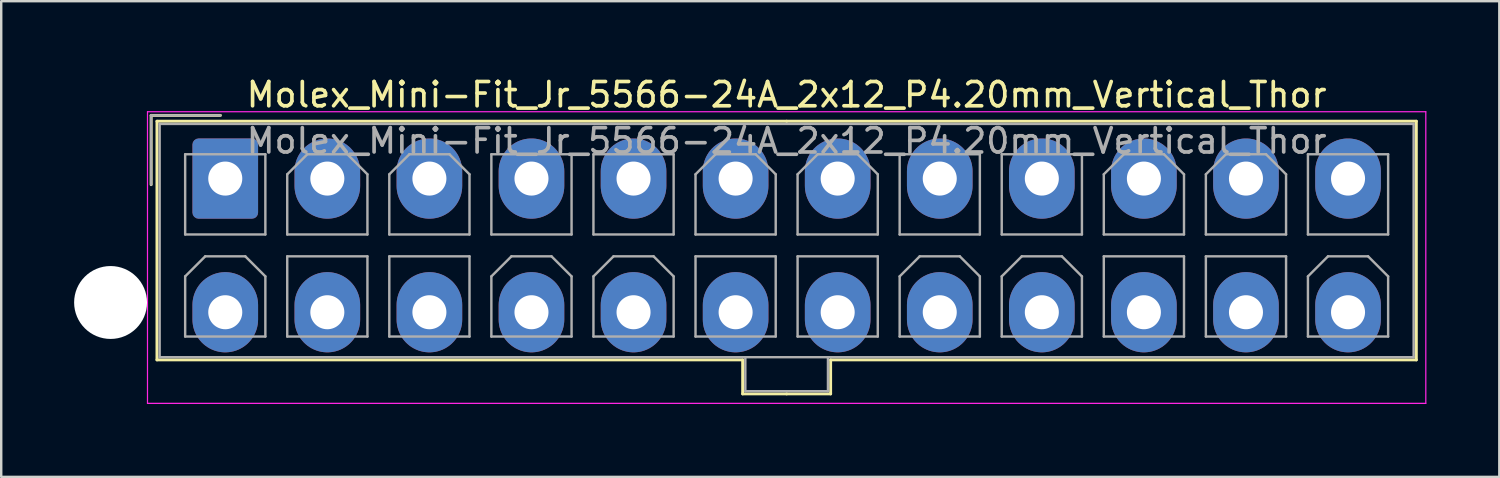
<source format=kicad_pcb>
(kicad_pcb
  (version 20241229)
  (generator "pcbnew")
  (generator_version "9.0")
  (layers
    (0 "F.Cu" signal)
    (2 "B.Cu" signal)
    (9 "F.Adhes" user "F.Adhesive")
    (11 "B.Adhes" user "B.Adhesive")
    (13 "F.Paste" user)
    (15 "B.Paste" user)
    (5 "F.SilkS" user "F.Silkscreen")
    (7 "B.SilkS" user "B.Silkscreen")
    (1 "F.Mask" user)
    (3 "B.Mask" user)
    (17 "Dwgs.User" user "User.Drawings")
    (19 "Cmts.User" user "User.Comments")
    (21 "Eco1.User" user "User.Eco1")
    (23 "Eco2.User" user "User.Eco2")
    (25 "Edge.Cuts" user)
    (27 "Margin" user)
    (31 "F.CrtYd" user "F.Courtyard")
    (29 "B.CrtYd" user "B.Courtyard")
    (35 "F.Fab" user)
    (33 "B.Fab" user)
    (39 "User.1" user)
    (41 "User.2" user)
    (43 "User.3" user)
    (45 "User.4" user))
  (footprint "Molex_Mini-Fit_Jr_5566-24A_2x12_P4.20mm_Vertical_Thor"
    (layer "F.Cu")
    (at 6.219 4.298)
    (property "Reference" "Molex_Mini-Fit_Jr_5566-24A_2x12_P4.20mm_Vertical_Thor" (at 23.1 -3.45 0) (layer "F.SilkS") (effects (font (size 1 1) (thickness 0.15))))
    (attr through_hole)
    (fp_line (start -3.05 -2.6) (end -3.05 0.25) (stroke (width 0.12) (type solid)) (layer "F.SilkS"))
    (fp_line (start -2.81 -2.36) (end -2.81 7.46) (stroke (width 0.12) (type solid)) (layer "F.SilkS"))
    (fp_line (start -2.81 7.46) (end 21.29 7.46) (stroke (width 0.12) (type solid)) (layer "F.SilkS"))
    (fp_line (start -0.2 -2.6) (end -3.05 -2.6) (stroke (width 0.12) (type solid)) (layer "F.SilkS"))
    (fp_line (start 21.29 7.46) (end 21.29 8.86) (stroke (width 0.12) (type solid)) (layer "F.SilkS"))
    (fp_line (start 21.29 8.86) (end 23.1 8.86) (stroke (width 0.12) (type solid)) (layer "F.SilkS"))
    (fp_line (start 23.1 -2.36) (end -2.81 -2.36) (stroke (width 0.12) (type solid)) (layer "F.SilkS"))
    (fp_line (start 23.1 -2.36) (end 49.01 -2.36) (stroke (width 0.12) (type solid)) (layer "F.SilkS"))
    (fp_line (start 24.91 7.46) (end 24.91 8.86) (stroke (width 0.12) (type solid)) (layer "F.SilkS"))
    (fp_line (start 24.91 8.86) (end 23.1 8.86) (stroke (width 0.12) (type solid)) (layer "F.SilkS"))
    (fp_line (start 49.01 -2.36) (end 49.01 7.46) (stroke (width 0.12) (type solid)) (layer "F.SilkS"))
    (fp_line (start 49.01 7.46) (end 24.91 7.46) (stroke (width 0.12) (type solid)) (layer "F.SilkS"))
    (fp_line (start -3.2 -2.75) (end -3.2 9.25) (stroke (width 0.05) (type solid)) (layer "F.CrtYd"))
    (fp_line (start -3.2 9.25) (end 49.4 9.25) (stroke (width 0.05) (type solid)) (layer "F.CrtYd"))
    (fp_line (start 49.4 -2.75) (end -3.2 -2.75) (stroke (width 0.05) (type solid)) (layer "F.CrtYd"))
    (fp_line (start 49.4 9.25) (end 49.4 -2.75) (stroke (width 0.05) (type solid)) (layer "F.CrtYd"))
    (fp_line (start -3.05 -2.6) (end -3.05 0.25) (stroke (width 0.1) (type solid)) (layer "F.Fab"))
    (fp_line (start -2.7 -2.25) (end -2.7 7.35) (stroke (width 0.1) (type solid)) (layer "F.Fab"))
    (fp_line (start -2.7 7.35) (end 48.9 7.35) (stroke (width 0.1) (type solid)) (layer "F.Fab"))
    (fp_line (start -1.65 -1) (end -1.65 2.3) (stroke (width 0.1) (type solid)) (layer "F.Fab"))
    (fp_line (start -1.65 2.3) (end 1.65 2.3) (stroke (width 0.1) (type solid)) (layer "F.Fab"))
    (fp_line (start -1.65 4.025) (end -0.825 3.2) (stroke (width 0.1) (type solid)) (layer "F.Fab"))
    (fp_line (start -1.65 6.5) (end -1.65 4.025) (stroke (width 0.1) (type solid)) (layer "F.Fab"))
    (fp_line (start -0.825 3.2) (end 0.825 3.2) (stroke (width 0.1) (type solid)) (layer "F.Fab"))
    (fp_line (start -0.2 -2.6) (end -3.05 -2.6) (stroke (width 0.1) (type solid)) (layer "F.Fab"))
    (fp_line (start 0.825 3.2) (end 1.65 4.025) (stroke (width 0.1) (type solid)) (layer "F.Fab"))
    (fp_line (start 1.65 -1) (end -1.65 -1) (stroke (width 0.1) (type solid)) (layer "F.Fab"))
    (fp_line (start 1.65 2.3) (end 1.65 -1) (stroke (width 0.1) (type solid)) (layer "F.Fab"))
    (fp_line (start 1.65 4.025) (end 1.65 6.5) (stroke (width 0.1) (type solid)) (layer "F.Fab"))
    (fp_line (start 1.65 6.5) (end -1.65 6.5) (stroke (width 0.1) (type solid)) (layer "F.Fab"))
    (fp_line (start 2.55 -0.175) (end 3.375 -1) (stroke (width 0.1) (type solid)) (layer "F.Fab"))
    (fp_line (start 2.55 2.3) (end 2.55 -0.175) (stroke (width 0.1) (type solid)) (layer "F.Fab"))
    (fp_line (start 2.55 3.2) (end 2.55 6.5) (stroke (width 0.1) (type solid)) (layer "F.Fab"))
    (fp_line (start 2.55 6.5) (end 5.85 6.5) (stroke (width 0.1) (type solid)) (layer "F.Fab"))
    (fp_line (start 3.375 -1) (end 5.025 -1) (stroke (width 0.1) (type solid)) (layer "F.Fab"))
    (fp_line (start 5.025 -1) (end 5.85 -0.175) (stroke (width 0.1) (type solid)) (layer "F.Fab"))
    (fp_line (start 5.85 -0.175) (end 5.85 2.3) (stroke (width 0.1) (type solid)) (layer "F.Fab"))
    (fp_line (start 5.85 2.3) (end 2.55 2.3) (stroke (width 0.1) (type solid)) (layer "F.Fab"))
    (fp_line (start 5.85 3.2) (end 2.55 3.2) (stroke (width 0.1) (type solid)) (layer "F.Fab"))
    (fp_line (start 5.85 6.5) (end 5.85 3.2) (stroke (width 0.1) (type solid)) (layer "F.Fab"))
    (fp_line (start 6.75 -0.175) (end 7.575 -1) (stroke (width 0.1) (type solid)) (layer "F.Fab"))
    (fp_line (start 6.75 2.3) (end 6.75 -0.175) (stroke (width 0.1) (type solid)) (layer "F.Fab"))
    (fp_line (start 6.75 3.2) (end 6.75 6.5) (stroke (width 0.1) (type solid)) (layer "F.Fab"))
    (fp_line (start 6.75 6.5) (end 10.05 6.5) (stroke (width 0.1) (type solid)) (layer "F.Fab"))
    (fp_line (start 7.575 -1) (end 9.225 -1) (stroke (width 0.1) (type solid)) (layer "F.Fab"))
    (fp_line (start 9.225 -1) (end 10.05 -0.175) (stroke (width 0.1) (type solid)) (layer "F.Fab"))
    (fp_line (start 10.05 -0.175) (end 10.05 2.3) (stroke (width 0.1) (type solid)) (layer "F.Fab"))
    (fp_line (start 10.05 2.3) (end 6.75 2.3) (stroke (width 0.1) (type solid)) (layer "F.Fab"))
    (fp_line (start 10.05 3.2) (end 6.75 3.2) (stroke (width 0.1) (type solid)) (layer "F.Fab"))
    (fp_line (start 10.05 6.5) (end 10.05 3.2) (stroke (width 0.1) (type solid)) (layer "F.Fab"))
    (fp_line (start 10.95 -1) (end 10.95 2.3) (stroke (width 0.1) (type solid)) (layer "F.Fab"))
    (fp_line (start 10.95 2.3) (end 14.25 2.3) (stroke (width 0.1) (type solid)) (layer "F.Fab"))
    (fp_line (start 10.95 4.025) (end 11.775 3.2) (stroke (width 0.1) (type solid)) (layer "F.Fab"))
    (fp_line (start 10.95 6.5) (end 10.95 4.025) (stroke (width 0.1) (type solid)) (layer "F.Fab"))
    (fp_line (start 11.775 3.2) (end 13.425 3.2) (stroke (width 0.1) (type solid)) (layer "F.Fab"))
    (fp_line (start 13.425 3.2) (end 14.25 4.025) (stroke (width 0.1) (type solid)) (layer "F.Fab"))
    (fp_line (start 14.25 -1) (end 10.95 -1) (stroke (width 0.1) (type solid)) (layer "F.Fab"))
    (fp_line (start 14.25 2.3) (end 14.25 -1) (stroke (width 0.1) (type solid)) (layer "F.Fab"))
    (fp_line (start 14.25 4.025) (end 14.25 6.5) (stroke (width 0.1) (type solid)) (layer "F.Fab"))
    (fp_line (start 14.25 6.5) (end 10.95 6.5) (stroke (width 0.1) (type solid)) (layer "F.Fab"))
    (fp_line (start 15.15 -1) (end 15.15 2.3) (stroke (width 0.1) (type solid)) (layer "F.Fab"))
    (fp_line (start 15.15 2.3) (end 18.45 2.3) (stroke (width 0.1) (type solid)) (layer "F.Fab"))
    (fp_line (start 15.15 4.025) (end 15.975 3.2) (stroke (width 0.1) (type solid)) (layer "F.Fab"))
    (fp_line (start 15.15 6.5) (end 15.15 4.025) (stroke (width 0.1) (type solid)) (layer "F.Fab"))
    (fp_line (start 15.975 3.2) (end 17.625 3.2) (stroke (width 0.1) (type solid)) (layer "F.Fab"))
    (fp_line (start 17.625 3.2) (end 18.45 4.025) (stroke (width 0.1) (type solid)) (layer "F.Fab"))
    (fp_line (start 18.45 -1) (end 15.15 -1) (stroke (width 0.1) (type solid)) (layer "F.Fab"))
    (fp_line (start 18.45 2.3) (end 18.45 -1) (stroke (width 0.1) (type solid)) (layer "F.Fab"))
    (fp_line (start 18.45 4.025) (end 18.45 6.5) (stroke (width 0.1) (type solid)) (layer "F.Fab"))
    (fp_line (start 18.45 6.5) (end 15.15 6.5) (stroke (width 0.1) (type solid)) (layer "F.Fab"))
    (fp_line (start 19.35 -0.175) (end 20.175 -1) (stroke (width 0.1) (type solid)) (layer "F.Fab"))
    (fp_line (start 19.35 2.3) (end 19.35 -0.175) (stroke (width 0.1) (type solid)) (layer "F.Fab"))
    (fp_line (start 19.35 3.2) (end 19.35 6.5) (stroke (width 0.1) (type solid)) (layer "F.Fab"))
    (fp_line (start 19.35 6.5) (end 22.65 6.5) (stroke (width 0.1) (type solid)) (layer "F.Fab"))
    (fp_line (start 20.175 -1) (end 21.825 -1) (stroke (width 0.1) (type solid)) (layer "F.Fab"))
    (fp_line (start 21.4 7.35) (end 21.4 8.75) (stroke (width 0.1) (type solid)) (layer "F.Fab"))
    (fp_line (start 21.4 8.75) (end 24.8 8.75) (stroke (width 0.1) (type solid)) (layer "F.Fab"))
    (fp_line (start 21.825 -1) (end 22.65 -0.175) (stroke (width 0.1) (type solid)) (layer "F.Fab"))
    (fp_line (start 22.65 -0.175) (end 22.65 2.3) (stroke (width 0.1) (type solid)) (layer "F.Fab"))
    (fp_line (start 22.65 2.3) (end 19.35 2.3) (stroke (width 0.1) (type solid)) (layer "F.Fab"))
    (fp_line (start 22.65 3.2) (end 19.35 3.2) (stroke (width 0.1) (type solid)) (layer "F.Fab"))
    (fp_line (start 22.65 6.5) (end 22.65 3.2) (stroke (width 0.1) (type solid)) (layer "F.Fab"))
    (fp_line (start 23.55 -0.175) (end 24.375 -1) (stroke (width 0.1) (type solid)) (layer "F.Fab"))
    (fp_line (start 23.55 2.3) (end 23.55 -0.175) (stroke (width 0.1) (type solid)) (layer "F.Fab"))
    (fp_line (start 23.55 3.2) (end 23.55 6.5) (stroke (width 0.1) (type solid)) (layer "F.Fab"))
    (fp_line (start 23.55 6.5) (end 26.85 6.5) (stroke (width 0.1) (type solid)) (layer "F.Fab"))
    (fp_line (start 24.375 -1) (end 26.025 -1) (stroke (width 0.1) (type solid)) (layer "F.Fab"))
    (fp_line (start 24.8 8.75) (end 24.8 7.35) (stroke (width 0.1) (type solid)) (layer "F.Fab"))
    (fp_line (start 26.025 -1) (end 26.85 -0.175) (stroke (width 0.1) (type solid)) (layer "F.Fab"))
    (fp_line (start 26.85 -0.175) (end 26.85 2.3) (stroke (width 0.1) (type solid)) (layer "F.Fab"))
    (fp_line (start 26.85 2.3) (end 23.55 2.3) (stroke (width 0.1) (type solid)) (layer "F.Fab"))
    (fp_line (start 26.85 3.2) (end 23.55 3.2) (stroke (width 0.1) (type solid)) (layer "F.Fab"))
    (fp_line (start 26.85 6.5) (end 26.85 3.2) (stroke (width 0.1) (type solid)) (layer "F.Fab"))
    (fp_line (start 27.75 -1) (end 27.75 2.3) (stroke (width 0.1) (type solid)) (layer "F.Fab"))
    (fp_line (start 27.75 2.3) (end 31.05 2.3) (stroke (width 0.1) (type solid)) (layer "F.Fab"))
    (fp_line (start 27.75 4.025) (end 28.575 3.2) (stroke (width 0.1) (type solid)) (layer "F.Fab"))
    (fp_line (start 27.75 6.5) (end 27.75 4.025) (stroke (width 0.1) (type solid)) (layer "F.Fab"))
    (fp_line (start 28.575 3.2) (end 30.225 3.2) (stroke (width 0.1) (type solid)) (layer "F.Fab"))
    (fp_line (start 30.225 3.2) (end 31.05 4.025) (stroke (width 0.1) (type solid)) (layer "F.Fab"))
    (fp_line (start 31.05 -1) (end 27.75 -1) (stroke (width 0.1) (type solid)) (layer "F.Fab"))
    (fp_line (start 31.05 2.3) (end 31.05 -1) (stroke (width 0.1) (type solid)) (layer "F.Fab"))
    (fp_line (start 31.05 4.025) (end 31.05 6.5) (stroke (width 0.1) (type solid)) (layer "F.Fab"))
    (fp_line (start 31.05 6.5) (end 27.75 6.5) (stroke (width 0.1) (type solid)) (layer "F.Fab"))
    (fp_line (start 31.95 -1) (end 31.95 2.3) (stroke (width 0.1) (type solid)) (layer "F.Fab"))
    (fp_line (start 31.95 2.3) (end 35.25 2.3) (stroke (width 0.1) (type solid)) (layer "F.Fab"))
    (fp_line (start 31.95 4.025) (end 32.775 3.2) (stroke (width 0.1) (type solid)) (layer "F.Fab"))
    (fp_line (start 31.95 6.5) (end 31.95 4.025) (stroke (width 0.1) (type solid)) (layer "F.Fab"))
    (fp_line (start 32.775 3.2) (end 34.425 3.2) (stroke (width 0.1) (type solid)) (layer "F.Fab"))
    (fp_line (start 34.425 3.2) (end 35.25 4.025) (stroke (width 0.1) (type solid)) (layer "F.Fab"))
    (fp_line (start 35.25 -1) (end 31.95 -1) (stroke (width 0.1) (type solid)) (layer "F.Fab"))
    (fp_line (start 35.25 2.3) (end 35.25 -1) (stroke (width 0.1) (type solid)) (layer "F.Fab"))
    (fp_line (start 35.25 4.025) (end 35.25 6.5) (stroke (width 0.1) (type solid)) (layer "F.Fab"))
    (fp_line (start 35.25 6.5) (end 31.95 6.5) (stroke (width 0.1) (type solid)) (layer "F.Fab"))
    (fp_line (start 36.15 -0.175) (end 36.975 -1) (stroke (width 0.1) (type solid)) (layer "F.Fab"))
    (fp_line (start 36.15 2.3) (end 36.15 -0.175) (stroke (width 0.1) (type solid)) (layer "F.Fab"))
    (fp_line (start 36.15 3.2) (end 36.15 6.5) (stroke (width 0.1) (type solid)) (layer "F.Fab"))
    (fp_line (start 36.15 6.5) (end 39.45 6.5) (stroke (width 0.1) (type solid)) (layer "F.Fab"))
    (fp_line (start 36.975 -1) (end 38.625 -1) (stroke (width 0.1) (type solid)) (layer "F.Fab"))
    (fp_line (start 38.625 -1) (end 39.45 -0.175) (stroke (width 0.1) (type solid)) (layer "F.Fab"))
    (fp_line (start 39.45 -0.175) (end 39.45 2.3) (stroke (width 0.1) (type solid)) (layer "F.Fab"))
    (fp_line (start 39.45 2.3) (end 36.15 2.3) (stroke (width 0.1) (type solid)) (layer "F.Fab"))
    (fp_line (start 39.45 3.2) (end 36.15 3.2) (stroke (width 0.1) (type solid)) (layer "F.Fab"))
    (fp_line (start 39.45 6.5) (end 39.45 3.2) (stroke (width 0.1) (type solid)) (layer "F.Fab"))
    (fp_line (start 40.35 -0.175) (end 41.175 -1) (stroke (width 0.1) (type solid)) (layer "F.Fab"))
    (fp_line (start 40.35 2.3) (end 40.35 -0.175) (stroke (width 0.1) (type solid)) (layer "F.Fab"))
    (fp_line (start 40.35 3.2) (end 40.35 6.5) (stroke (width 0.1) (type solid)) (layer "F.Fab"))
    (fp_line (start 40.35 6.5) (end 43.65 6.5) (stroke (width 0.1) (type solid)) (layer "F.Fab"))
    (fp_line (start 41.175 -1) (end 42.825 -1) (stroke (width 0.1) (type solid)) (layer "F.Fab"))
    (fp_line (start 42.825 -1) (end 43.65 -0.175) (stroke (width 0.1) (type solid)) (layer "F.Fab"))
    (fp_line (start 43.65 -0.175) (end 43.65 2.3) (stroke (width 0.1) (type solid)) (layer "F.Fab"))
    (fp_line (start 43.65 2.3) (end 40.35 2.3) (stroke (width 0.1) (type solid)) (layer "F.Fab"))
    (fp_line (start 43.65 3.2) (end 40.35 3.2) (stroke (width 0.1) (type solid)) (layer "F.Fab"))
    (fp_line (start 43.65 6.5) (end 43.65 3.2) (stroke (width 0.1) (type solid)) (layer "F.Fab"))
    (fp_line (start 44.55 -1) (end 44.55 2.3) (stroke (width 0.1) (type solid)) (layer "F.Fab"))
    (fp_line (start 44.55 2.3) (end 47.85 2.3) (stroke (width 0.1) (type solid)) (layer "F.Fab"))
    (fp_line (start 44.55 4.025) (end 45.375 3.2) (stroke (width 0.1) (type solid)) (layer "F.Fab"))
    (fp_line (start 44.55 6.5) (end 44.55 4.025) (stroke (width 0.1) (type solid)) (layer "F.Fab"))
    (fp_line (start 45.375 3.2) (end 47.025 3.2) (stroke (width 0.1) (type solid)) (layer "F.Fab"))
    (fp_line (start 47.025 3.2) (end 47.85 4.025) (stroke (width 0.1) (type solid)) (layer "F.Fab"))
    (fp_line (start 47.85 -1) (end 44.55 -1) (stroke (width 0.1) (type solid)) (layer "F.Fab"))
    (fp_line (start 47.85 2.3) (end 47.85 -1) (stroke (width 0.1) (type solid)) (layer "F.Fab"))
    (fp_line (start 47.85 4.025) (end 47.85 6.5) (stroke (width 0.1) (type solid)) (layer "F.Fab"))
    (fp_line (start 47.85 6.5) (end 44.55 6.5) (stroke (width 0.1) (type solid)) (layer "F.Fab"))
    (fp_line (start 48.9 -2.25) (end -2.7 -2.25) (stroke (width 0.1) (type solid)) (layer "F.Fab"))
    (fp_line (start 48.9 7.35) (end 48.9 -2.25) (stroke (width 0.1) (type solid)) (layer "F.Fab"))
    (fp_text user "${REFERENCE}" (at 23.1 -1.55 0) (layer "F.Fab") (effects (font (size 1 1) (thickness 0.15))))
    (pad "" np_thru_hole circle (at -4.719 5.099) (size 3 3) (drill 3) (layers "*.Cu" "*.Mask"))
    (pad "1" thru_hole roundrect (at 0 0) (size 2.7 3.3) (drill 1.4) (layers "*.Cu" "*.Mask") (roundrect_rratio 0.093))
    (pad "2" thru_hole oval (at 4.2 0) (size 2.7 3.3) (drill 1.4) (layers "*.Cu" "*.Mask"))
    (pad "3" thru_hole oval (at 8.4 0) (size 2.7 3.3) (drill 1.4) (layers "*.Cu" "*.Mask"))
    (pad "4" thru_hole oval (at 12.6 0) (size 2.7 3.3) (drill 1.4) (layers "*.Cu" "*.Mask"))
    (pad "5" thru_hole oval (at 16.8 0) (size 2.7 3.3) (drill 1.4) (layers "*.Cu" "*.Mask"))
    (pad "6" thru_hole oval (at 21 0) (size 2.7 3.3) (drill 1.4) (layers "*.Cu" "*.Mask"))
    (pad "7" thru_hole oval (at 25.2 0) (size 2.7 3.3) (drill 1.4) (layers "*.Cu" "*.Mask"))
    (pad "8" thru_hole oval (at 29.4 0) (size 2.7 3.3) (drill 1.4) (layers "*.Cu" "*.Mask"))
    (pad "9" thru_hole oval (at 33.6 0) (size 2.7 3.3) (drill 1.4) (layers "*.Cu" "*.Mask"))
    (pad "10" thru_hole oval (at 37.8 0) (size 2.7 3.3) (drill 1.4) (layers "*.Cu" "*.Mask"))
    (pad "11" thru_hole oval (at 42 0) (size 2.7 3.3) (drill 1.4) (layers "*.Cu" "*.Mask"))
    (pad "12" thru_hole oval (at 46.2 0) (size 2.7 3.3) (drill 1.4) (layers "*.Cu" "*.Mask"))
    (pad "13" thru_hole oval (at 0 5.5) (size 2.7 3.3) (drill 1.4) (layers "*.Cu" "*.Mask"))
    (pad "14" thru_hole oval (at 4.2 5.5) (size 2.7 3.3) (drill 1.4) (layers "*.Cu" "*.Mask"))
    (pad "15" thru_hole oval (at 8.4 5.5) (size 2.7 3.3) (drill 1.4) (layers "*.Cu" "*.Mask"))
    (pad "16" thru_hole oval (at 12.6 5.5) (size 2.7 3.3) (drill 1.4) (layers "*.Cu" "*.Mask"))
    (pad "17" thru_hole oval (at 16.8 5.5) (size 2.7 3.3) (drill 1.4) (layers "*.Cu" "*.Mask"))
    (pad "18" thru_hole oval (at 21 5.5) (size 2.7 3.3) (drill 1.4) (layers "*.Cu" "*.Mask"))
    (pad "19" thru_hole oval (at 25.2 5.5) (size 2.7 3.3) (drill 1.4) (layers "*.Cu" "*.Mask"))
    (pad "20" thru_hole oval (at 29.4 5.5) (size 2.7 3.3) (drill 1.4) (layers "*.Cu" "*.Mask"))
    (pad "21" thru_hole oval (at 33.6 5.5) (size 2.7 3.3) (drill 1.4) (layers "*.Cu" "*.Mask"))
    (pad "22" thru_hole oval (at 37.8 5.5) (size 2.7 3.3) (drill 1.4) (layers "*.Cu" "*.Mask"))
    (pad "23" thru_hole oval (at 42 5.5) (size 2.7 3.3) (drill 1.4) (layers "*.Cu" "*.Mask"))
    (pad "24" thru_hole oval (at 46.2 5.5) (size 2.7 3.3) (drill 1.4) (layers "*.Cu" "*.Mask")))
  (gr_rect
    (start -3 -3)
    (end 58.644 16.573)
    (stroke (width 0.1) (type default))
    (fill no)
    (layer "Edge.Cuts")))
</source>
